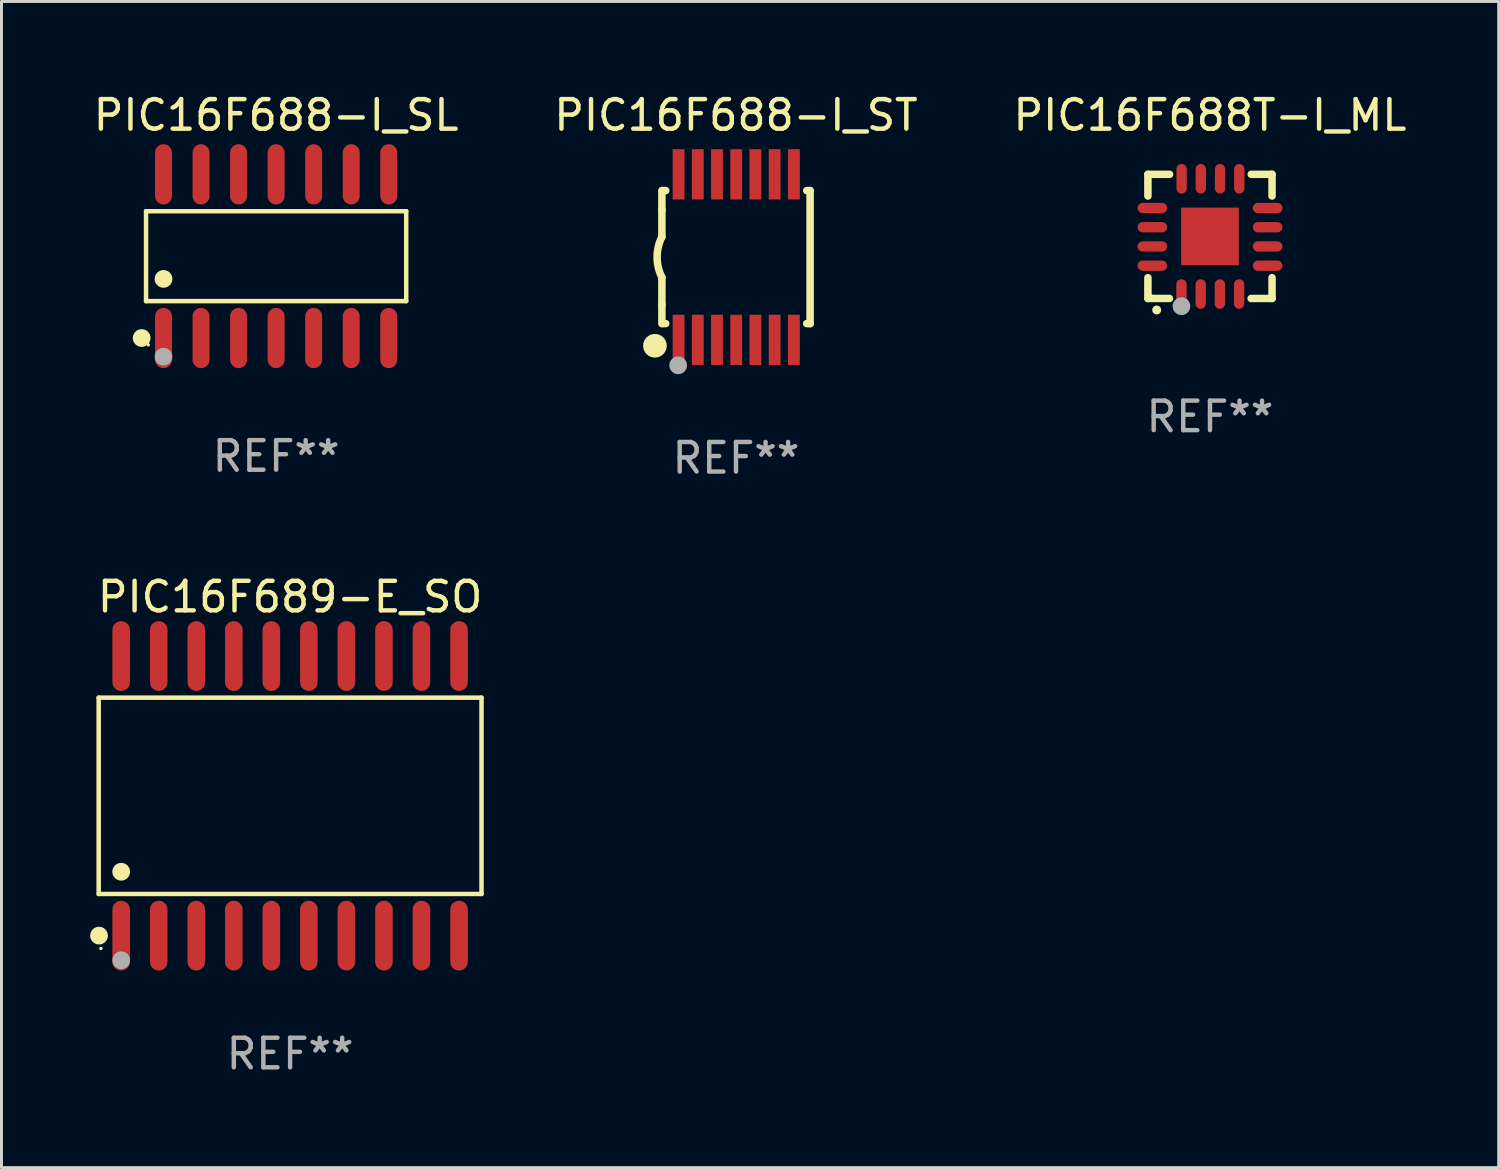
<source format=kicad_pcb>
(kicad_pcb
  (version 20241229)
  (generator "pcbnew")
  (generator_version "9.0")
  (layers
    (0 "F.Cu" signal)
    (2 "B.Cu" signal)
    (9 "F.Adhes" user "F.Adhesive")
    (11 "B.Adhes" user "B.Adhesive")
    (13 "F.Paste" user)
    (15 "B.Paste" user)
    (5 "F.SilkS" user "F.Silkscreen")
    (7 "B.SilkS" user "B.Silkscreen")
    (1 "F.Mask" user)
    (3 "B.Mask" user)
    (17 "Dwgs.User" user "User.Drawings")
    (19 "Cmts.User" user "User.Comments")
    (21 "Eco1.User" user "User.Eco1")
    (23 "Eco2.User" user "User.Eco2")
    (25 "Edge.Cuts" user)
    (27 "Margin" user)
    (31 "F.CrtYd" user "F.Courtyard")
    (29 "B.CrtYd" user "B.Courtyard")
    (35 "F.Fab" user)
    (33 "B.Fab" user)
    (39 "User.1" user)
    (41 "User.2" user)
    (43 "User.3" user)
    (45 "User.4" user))
  (footprint "PIC16F689-E_SO"
    (layer "F.Cu")
    (at 6.765 23.875)
    (property "Reference" "PIC16F689-E_SO" (at 0 -6.73 0) (layer "F.SilkS") (effects (font (size 1 1) (thickness 0.15))))
    (attr through_hole)
    (fp_line (start -6.476 -3.321) (end 6.476 -3.321) (stroke (width 0.152) (type solid)) (layer "F.SilkS"))
    (fp_line (start -6.476 3.321) (end -6.476 -3.321) (stroke (width 0.152) (type solid)) (layer "F.SilkS"))
    (fp_line (start 6.476 -3.321) (end 6.476 3.321) (stroke (width 0.152) (type solid)) (layer "F.SilkS"))
    (fp_line (start 6.476 3.321) (end -6.476 3.321) (stroke (width 0.152) (type solid)) (layer "F.SilkS"))
    (fp_circle (center -6.465 4.73) (end -6.315 4.73) (stroke (width 0.3) (type solid)) (fill no) (layer "F.SilkS"))
    (fp_circle (center -6.4 5.163) (end -6.37 5.163) (stroke (width 0.06) (type solid)) (fill no) (layer "F.SilkS"))
    (fp_circle (center -5.715 2.569) (end -5.565 2.569) (stroke (width 0.3) (type solid)) (fill no) (layer "F.SilkS"))
    (fp_circle (center -5.715 5.563) (end -5.565 5.563) (stroke (width 0.3) (type solid)) (fill no) (layer "F.Fab"))
    (fp_text user "REF**" (at 0 8.73 0) (layer "F.Fab") (effects (font (size 1 1) (thickness 0.15))))
    (pad "1" smd oval (at -5.715 4.73) (size 0.595 2.36) (layers "F.Cu" "F.Mask" "F.Paste"))
    (pad "2" smd oval (at -4.445 4.73) (size 0.595 2.36) (layers "F.Cu" "F.Mask" "F.Paste"))
    (pad "3" smd oval (at -3.175 4.73) (size 0.595 2.36) (layers "F.Cu" "F.Mask" "F.Paste"))
    (pad "4" smd oval (at -1.905 4.73) (size 0.595 2.36) (layers "F.Cu" "F.Mask" "F.Paste"))
    (pad "5" smd oval (at -0.635 4.73) (size 0.595 2.36) (layers "F.Cu" "F.Mask" "F.Paste"))
    (pad "6" smd oval (at 0.635 4.73) (size 0.595 2.36) (layers "F.Cu" "F.Mask" "F.Paste"))
    (pad "7" smd oval (at 1.905 4.73) (size 0.595 2.36) (layers "F.Cu" "F.Mask" "F.Paste"))
    (pad "8" smd oval (at 3.175 4.73) (size 0.595 2.36) (layers "F.Cu" "F.Mask" "F.Paste"))
    (pad "9" smd oval (at 4.445 4.73) (size 0.595 2.36) (layers "F.Cu" "F.Mask" "F.Paste"))
    (pad "10" smd oval (at 5.715 4.73) (size 0.595 2.36) (layers "F.Cu" "F.Mask" "F.Paste"))
    (pad "11" smd oval (at 5.715 -4.73) (size 0.595 2.36) (layers "F.Cu" "F.Mask" "F.Paste"))
    (pad "12" smd oval (at 4.445 -4.73) (size 0.595 2.36) (layers "F.Cu" "F.Mask" "F.Paste"))
    (pad "13" smd oval (at 3.175 -4.73) (size 0.595 2.36) (layers "F.Cu" "F.Mask" "F.Paste"))
    (pad "14" smd oval (at 1.905 -4.73) (size 0.595 2.36) (layers "F.Cu" "F.Mask" "F.Paste"))
    (pad "15" smd oval (at 0.635 -4.73) (size 0.595 2.36) (layers "F.Cu" "F.Mask" "F.Paste"))
    (pad "16" smd oval (at -0.635 -4.73) (size 0.595 2.36) (layers "F.Cu" "F.Mask" "F.Paste"))
    (pad "17" smd oval (at -1.905 -4.73) (size 0.595 2.36) (layers "F.Cu" "F.Mask" "F.Paste"))
    (pad "18" smd oval (at -3.175 -4.73) (size 0.595 2.36) (layers "F.Cu" "F.Mask" "F.Paste"))
    (pad "19" smd oval (at -4.445 -4.73) (size 0.595 2.36) (layers "F.Cu" "F.Mask" "F.Paste"))
    (pad "20" smd oval (at -5.715 -4.73) (size 0.595 2.36) (layers "F.Cu" "F.Mask" "F.Paste")))
  (footprint "PIC16F688T-I_ML"
    (layer "F.Cu")
    (at 37.887 4.948)
    (property "Reference" "PIC16F688T-I_ML" (at 0 -4.1 0) (layer "F.SilkS") (effects (font (size 1 1) (thickness 0.15))))
    (attr through_hole)
    (fp_line (start -2.1 -2.1) (end -1.366 -2.1) (stroke (width 0.254) (type solid)) (layer "F.SilkS"))
    (fp_line (start -2.1 -1.366) (end -2.1 -2.1) (stroke (width 0.254) (type solid)) (layer "F.SilkS"))
    (fp_line (start -2.1 2.1) (end -2.1 1.397) (stroke (width 0.254) (type solid)) (layer "F.SilkS"))
    (fp_line (start -2.1 2.1) (end -1.371 2.1) (stroke (width 0.254) (type solid)) (layer "F.SilkS"))
    (fp_line (start 1.392 2.1) (end 2.1 2.1) (stroke (width 0.254) (type solid)) (layer "F.SilkS"))
    (fp_line (start 1.397 -2.1) (end 2.1 -2.1) (stroke (width 0.254) (type solid)) (layer "F.SilkS"))
    (fp_line (start 2.1 -1.366) (end 2.1 -2.1) (stroke (width 0.254) (type solid)) (layer "F.SilkS"))
    (fp_line (start 2.1 2.1) (end 2.1 1.397) (stroke (width 0.254) (type solid)) (layer "F.SilkS"))
    (fp_arc (start -1.803404 2.489205) (mid -1.802134 2.4892) (end -1.800864 2.489205) (stroke (width 0.3) (type solid)) (layer "F.SilkS"))
    (fp_circle (center -2 2) (end -1.97 2) (stroke (width 0.06) (type solid)) (fill no) (layer "F.SilkS"))
    (fp_circle (center -0.965 2.362) (end -0.815 2.362) (stroke (width 0.3) (type solid)) (fill no) (layer "F.Fab"))
    (fp_text user "REF**" (at 0 6.1 0) (layer "F.Fab") (effects (font (size 1 1) (thickness 0.15))))
    (pad "1" smd oval (at -0.965 1.95) (size 0.35 1) (layers "F.Cu" "F.Mask" "F.Paste"))
    (pad "2" smd oval (at -0.315 1.95) (size 0.35 1) (layers "F.Cu" "F.Mask" "F.Paste"))
    (pad "3" smd oval (at 0.335 1.95) (size 0.35 1) (layers "F.Cu" "F.Mask" "F.Paste"))
    (pad "4" smd oval (at 0.986 1.95) (size 0.35 1) (layers "F.Cu" "F.Mask" "F.Paste"))
    (pad "5" smd oval (at 1.95 0.991) (size 1 0.35) (layers "F.Cu" "F.Mask" "F.Paste"))
    (pad "6" smd oval (at 1.95 0.34) (size 1 0.35) (layers "F.Cu" "F.Mask" "F.Paste"))
    (pad "7" smd oval (at 1.95 -0.31) (size 1 0.35) (layers "F.Cu" "F.Mask" "F.Paste"))
    (pad "8" smd oval (at 1.95 -0.96) (size 1 0.35) (layers "F.Cu" "F.Mask" "F.Paste"))
    (pad "9" smd oval (at 0.991 -1.95) (size 0.35 1) (layers "F.Cu" "F.Mask" "F.Paste"))
    (pad "10" smd oval (at 0.34 -1.95) (size 0.35 1) (layers "F.Cu" "F.Mask" "F.Paste"))
    (pad "11" smd oval (at -0.31 -1.95) (size 0.35 1) (layers "F.Cu" "F.Mask" "F.Paste"))
    (pad "12" smd oval (at -0.96 -1.95) (size 0.35 1) (layers "F.Cu" "F.Mask" "F.Paste"))
    (pad "13" smd oval (at -1.95 -0.96) (size 1 0.35) (layers "F.Cu" "F.Mask" "F.Paste"))
    (pad "14" smd oval (at -1.95 -0.31) (size 1 0.35) (layers "F.Cu" "F.Mask" "F.Paste"))
    (pad "15" smd oval (at -1.95 0.34) (size 1 0.35) (layers "F.Cu" "F.Mask" "F.Paste"))
    (pad "16" smd oval (at -1.95 0.991) (size 1 0.35) (layers "F.Cu" "F.Mask" "F.Paste"))
    (pad "17" smd rect (at 0 0) (size 1.95 1.95) (layers "F.Cu" "F.Mask" "F.Paste")))
  (footprint "PIC16F688-I_SL"
    (layer "F.Cu")
    (at 6.292 5.617)
    (property "Reference" "PIC16F688-I_SL" (at 0 -4.769 0) (layer "F.SilkS") (effects (font (size 1 1) (thickness 0.15))))
    (attr through_hole)
    (fp_line (start -4.401 -1.521) (end 4.401 -1.521) (stroke (width 0.152) (type solid)) (layer "F.SilkS"))
    (fp_line (start -4.401 1.521) (end -4.401 -1.521) (stroke (width 0.152) (type solid)) (layer "F.SilkS"))
    (fp_line (start 4.401 -1.521) (end 4.401 1.521) (stroke (width 0.152) (type solid)) (layer "F.SilkS"))
    (fp_line (start 4.401 1.521) (end -4.401 1.521) (stroke (width 0.152) (type solid)) (layer "F.SilkS"))
    (fp_circle (center -4.549 2.769) (end -4.399 2.769) (stroke (width 0.3) (type solid)) (fill no) (layer "F.SilkS"))
    (fp_circle (center -4.325 3) (end -4.295 3) (stroke (width 0.06) (type solid)) (fill no) (layer "F.SilkS"))
    (fp_circle (center -3.81 0.769) (end -3.66 0.769) (stroke (width 0.3) (type solid)) (fill no) (layer "F.SilkS"))
    (fp_circle (center -3.81 3.4) (end -3.66 3.4) (stroke (width 0.3) (type solid)) (fill no) (layer "F.Fab"))
    (fp_text user "REF**" (at 0 6.769 0) (layer "F.Fab") (effects (font (size 1 1) (thickness 0.15))))
    (pad "1" smd oval (at -3.81 2.769) (size 0.574 2.038) (layers "F.Cu" "F.Mask" "F.Paste"))
    (pad "2" smd oval (at -2.54 2.769) (size 0.574 2.038) (layers "F.Cu" "F.Mask" "F.Paste"))
    (pad "3" smd oval (at -1.27 2.769) (size 0.574 2.038) (layers "F.Cu" "F.Mask" "F.Paste"))
    (pad "4" smd oval (at 0 2.769) (size 0.574 2.038) (layers "F.Cu" "F.Mask" "F.Paste"))
    (pad "5" smd oval (at 1.27 2.769) (size 0.574 2.038) (layers "F.Cu" "F.Mask" "F.Paste"))
    (pad "6" smd oval (at 2.54 2.769) (size 0.574 2.038) (layers "F.Cu" "F.Mask" "F.Paste"))
    (pad "7" smd oval (at 3.81 2.769) (size 0.574 2.038) (layers "F.Cu" "F.Mask" "F.Paste"))
    (pad "8" smd oval (at 3.81 -2.769) (size 0.574 2.038) (layers "F.Cu" "F.Mask" "F.Paste"))
    (pad "9" smd oval (at 2.54 -2.769) (size 0.574 2.038) (layers "F.Cu" "F.Mask" "F.Paste"))
    (pad "10" smd oval (at 1.27 -2.769) (size 0.574 2.038) (layers "F.Cu" "F.Mask" "F.Paste"))
    (pad "11" smd oval (at 0 -2.769) (size 0.574 2.038) (layers "F.Cu" "F.Mask" "F.Paste"))
    (pad "12" smd oval (at -1.27 -2.769) (size 0.574 2.038) (layers "F.Cu" "F.Mask" "F.Paste"))
    (pad "13" smd oval (at -2.54 -2.769) (size 0.574 2.038) (layers "F.Cu" "F.Mask" "F.Paste"))
    (pad "14" smd oval (at -3.81 -2.769) (size 0.574 2.038) (layers "F.Cu" "F.Mask" "F.Paste")))
  (footprint "PIC16F688-I_ST"
    (layer "F.Cu")
    (at 21.851 5.648)
    (property "Reference" "PIC16F688-I_ST" (at 0 -4.8 0) (layer "F.SilkS") (effects (font (size 1 1) (thickness 0.15))))
    (attr through_hole)
    (fp_line (start -2.507 -1.6) (end -2.507 -2.25) (stroke (width 0.254) (type solid)) (layer "F.SilkS"))
    (fp_line (start -2.507 -0.686) (end -2.507 -1.6) (stroke (width 0.254) (type solid)) (layer "F.SilkS"))
    (fp_line (start -2.507 1.6) (end -2.507 0.686) (stroke (width 0.254) (type solid)) (layer "F.SilkS"))
    (fp_line (start -2.507 1.6) (end -2.507 2.25) (stroke (width 0.254) (type solid)) (layer "F.SilkS"))
    (fp_line (start -2.493 -2.25) (end -2.377 -2.25) (stroke (width 0.254) (type solid)) (layer "F.SilkS"))
    (fp_line (start -2.377 2.25) (end -2.493 2.25) (stroke (width 0.254) (type solid)) (layer "F.SilkS"))
    (fp_line (start 2.392 -2.25) (end 2.507 -2.25) (stroke (width 0.254) (type solid)) (layer "F.SilkS"))
    (fp_line (start 2.507 -2.25) (end 2.507 2.25) (stroke (width 0.254) (type solid)) (layer "F.SilkS"))
    (fp_line (start 2.507 2.25) (end 2.392 2.25) (stroke (width 0.254) (type solid)) (layer "F.SilkS"))
    (fp_arc (start -2.507303 0.685802) (mid -2.669199 0) (end -2.507303 -0.685801) (stroke (width 0.254001) (type solid)) (layer "F.SilkS"))
    (fp_circle (center -2.743 3) (end -2.543 3) (stroke (width 0.4) (type solid)) (fill no) (layer "F.SilkS"))
    (fp_circle (center -2.493 3.2) (end -2.463 3.2) (stroke (width 0.06) (type solid)) (fill no) (layer "F.SilkS"))
    (fp_circle (center -1.957 3.662) (end -1.807 3.662) (stroke (width 0.3) (type solid)) (fill no) (layer "F.Fab"))
    (fp_text user "REF**" (at 0 6.8 0) (layer "F.Fab") (effects (font (size 1 1) (thickness 0.15))))
    (pad "1" smd rect (at -1.943 2.8) (size 0.4 1.7) (layers "F.Cu" "F.Mask" "F.Paste"))
    (pad "2" smd rect (at -1.293 2.8) (size 0.4 1.7) (layers "F.Cu" "F.Mask" "F.Paste"))
    (pad "3" smd rect (at -0.643 2.8) (size 0.4 1.7) (layers "F.Cu" "F.Mask" "F.Paste"))
    (pad "4" smd rect (at 0.007 2.8) (size 0.4 1.7) (layers "F.Cu" "F.Mask" "F.Paste"))
    (pad "5" smd rect (at 0.657 2.8) (size 0.4 1.7) (layers "F.Cu" "F.Mask" "F.Paste"))
    (pad "6" smd rect (at 1.307 2.8) (size 0.4 1.7) (layers "F.Cu" "F.Mask" "F.Paste"))
    (pad "7" smd rect (at 1.957 2.8) (size 0.4 1.7) (layers "F.Cu" "F.Mask" "F.Paste"))
    (pad "8" smd rect (at 1.957 -2.8) (size 0.4 1.7) (layers "F.Cu" "F.Mask" "F.Paste"))
    (pad "9" smd rect (at 1.307 -2.8) (size 0.4 1.7) (layers "F.Cu" "F.Mask" "F.Paste"))
    (pad "10" smd rect (at 0.657 -2.8) (size 0.4 1.7) (layers "F.Cu" "F.Mask" "F.Paste"))
    (pad "11" smd rect (at 0.007 -2.8) (size 0.4 1.7) (layers "F.Cu" "F.Mask" "F.Paste"))
    (pad "12" smd rect (at -0.643 -2.8) (size 0.4 1.7) (layers "F.Cu" "F.Mask" "F.Paste"))
    (pad "13" smd rect (at -1.293 -2.8) (size 0.4 1.7) (layers "F.Cu" "F.Mask" "F.Paste"))
    (pad "14" smd rect (at -1.943 -2.8) (size 0.4 1.7) (layers "F.Cu" "F.Mask" "F.Paste")))
  (gr_rect
    (start -3 -3)
    (end 47.655 36.453)
    (stroke (width 0.1) (type default))
    (fill no)
    (layer "Edge.Cuts")))
</source>
